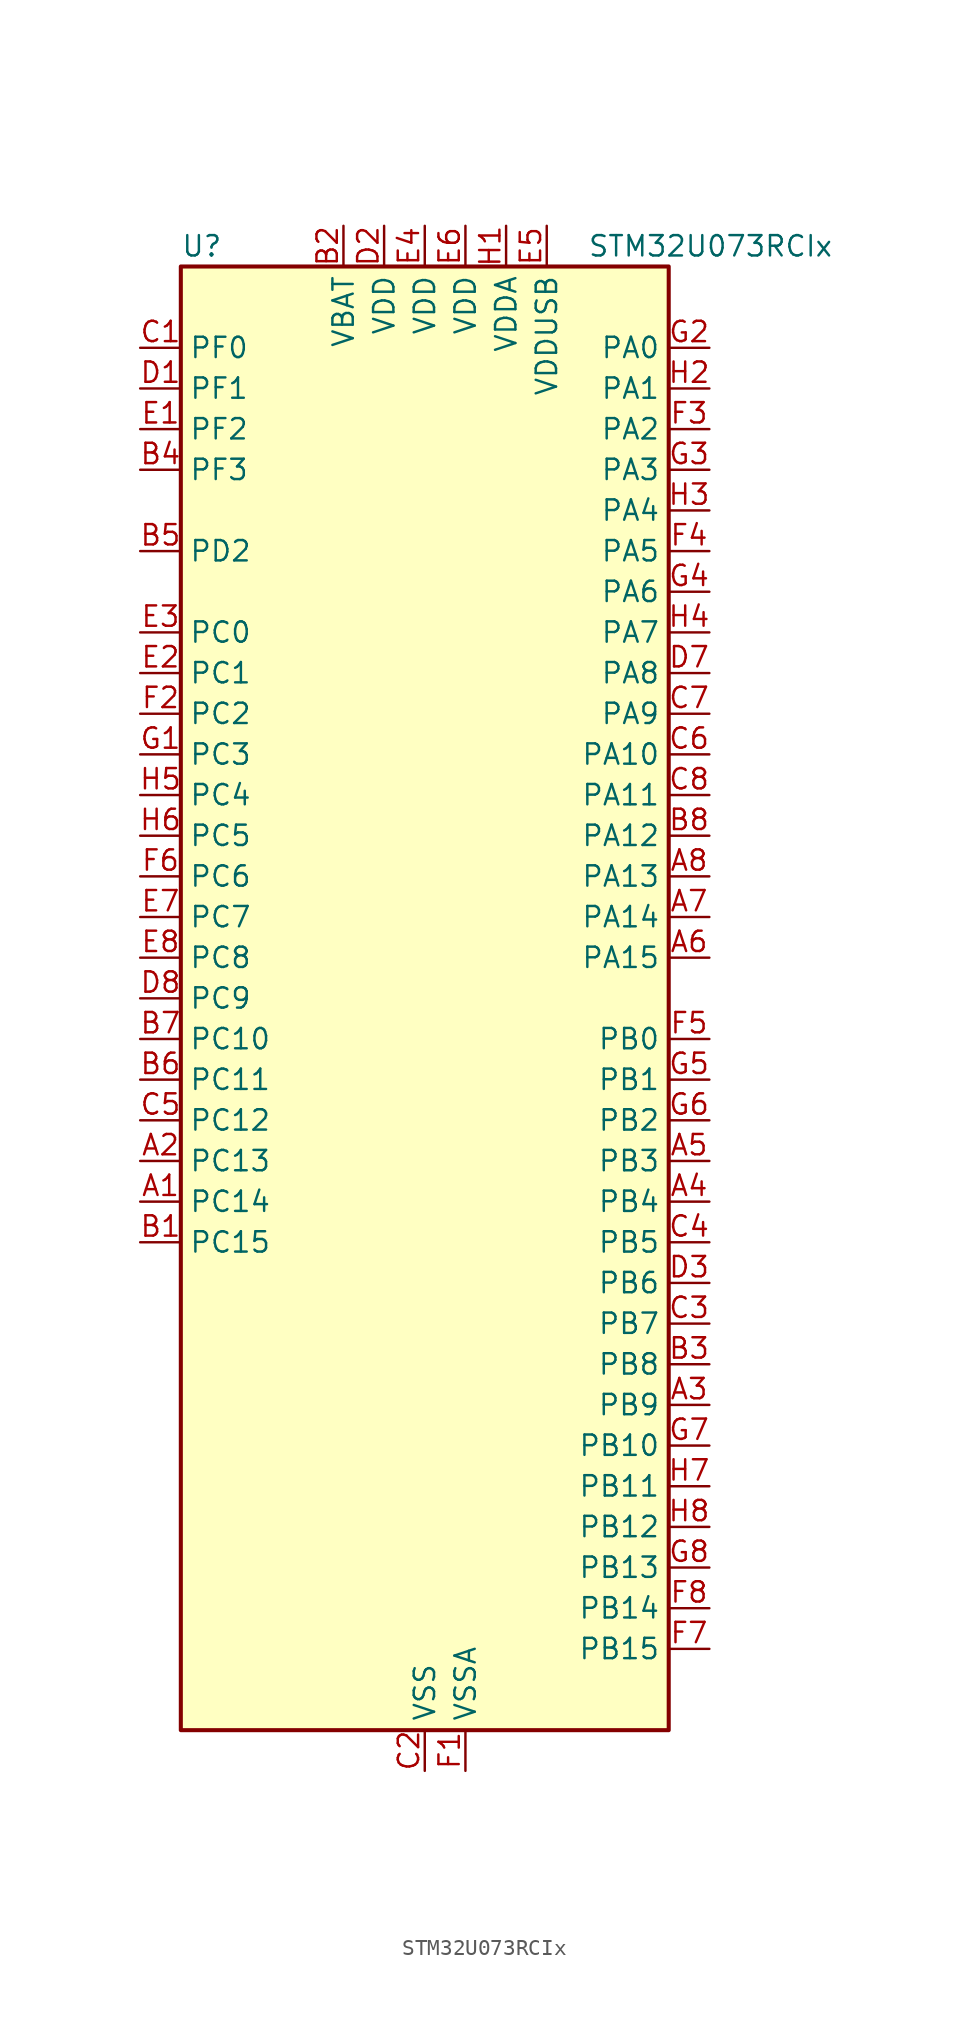
<source format=kicad_sym>
(kicad_symbol_lib
  (version 20241209)
  (generator "kicad_symbol_editor")
  (generator_version "9.0")
  (symbol "STM32U073RCIx"
    (property "Reference" "U"
      (at -15.24 46.99 0)
      (effects (font (size 1.27 1.27)) (justify left)))
    (property "Value" "STM32U073RCIx"
      (at 10.16 46.99 0)
      (effects (font (size 1.27 1.27)) (justify left)))
    (symbol "STM32U073RCIx_0_1"
      (rectangle (start -15.24 -45.72) (end 15.24 45.72) (stroke (width 0.254) (type default)) (fill (type background))))
    (symbol "STM32U073RCIx_1_1"
      (pin bidirectional line (at -17.78 40.64 0) (length 2.54) (name "PF0" (effects (font (size 1.27 1.27)))) (number "C1" (effects (font (size 1.27 1.27)))) (alternate "RCC_OSC_IN" bidirectional line))
      (pin bidirectional line (at -17.78 38.1 0) (length 2.54) (name "PF1" (effects (font (size 1.27 1.27)))) (number "D1" (effects (font (size 1.27 1.27)))) (alternate "RCC_OSC_EN" bidirectional line) (alternate "RCC_OSC_OUT" bidirectional line))
      (pin bidirectional line (at -17.78 35.56 0) (length 2.54) (name "PF2" (effects (font (size 1.27 1.27)))) (number "E1" (effects (font (size 1.27 1.27)))) (alternate "RCC_MCO" bidirectional line))
      (pin bidirectional line (at -17.78 33.02 0) (length 2.54) (name "PF3" (effects (font (size 1.27 1.27)))) (number "B4" (effects (font (size 1.27 1.27)))))
      (pin bidirectional line (at -17.78 27.94 0) (length 2.54) (name "PD2" (effects (font (size 1.27 1.27)))) (number "B5" (effects (font (size 1.27 1.27)))) (alternate "LCD_COM7" bidirectional line) (alternate "LCD_SEG31" bidirectional line) (alternate "LCD_SEG51" bidirectional line) (alternate "TIM3_ETR" bidirectional line) (alternate "TSC_SYNC" bidirectional line) (alternate "USART3_DE" bidirectional line) (alternate "USART3_RTS" bidirectional line))
      (pin bidirectional line (at -17.78 22.86 0) (length 2.54) (name "PC0" (effects (font (size 1.27 1.27)))) (number "E3" (effects (font (size 1.27 1.27)))) (alternate "ADC1_IN0" bidirectional line) (alternate "I2C3_SCL" bidirectional line) (alternate "I2C4_SCL" bidirectional line) (alternate "LCD_SEG18" bidirectional line) (alternate "LPTIM1_IN1" bidirectional line) (alternate "LPTIM2_IN1" bidirectional line) (alternate "LPUART1_RX" bidirectional line) (alternate "LPUART2_TX" bidirectional line))
      (pin bidirectional line (at -17.78 20.32 0) (length 2.54) (name "PC1" (effects (font (size 1.27 1.27)))) (number "E2" (effects (font (size 1.27 1.27)))) (alternate "ADC1_IN1" bidirectional line) (alternate "I2C3_SDA" bidirectional line) (alternate "I2C4_SDA" bidirectional line) (alternate "LCD_SEG19" bidirectional line) (alternate "LPTIM1_CH1" bidirectional line) (alternate "LPUART1_TX" bidirectional line) (alternate "LPUART2_RX" bidirectional line))
      (pin bidirectional line (at -17.78 17.78 0) (length 2.54) (name "PC2" (effects (font (size 1.27 1.27)))) (number "F2" (effects (font (size 1.27 1.27)))) (alternate "ADC1_IN2" bidirectional line) (alternate "LCD_SEG20" bidirectional line) (alternate "LPTIM1_IN2" bidirectional line) (alternate "RCC_MCO2" bidirectional line) (alternate "SPI2_MISO" bidirectional line))
      (pin bidirectional line (at -17.78 15.24 0) (length 2.54) (name "PC3" (effects (font (size 1.27 1.27)))) (number "G1" (effects (font (size 1.27 1.27)))) (alternate "ADC1_IN3" bidirectional line) (alternate "LCD_VLCD" bidirectional line) (alternate "LPTIM1_ETR" bidirectional line) (alternate "LPTIM2_ETR" bidirectional line) (alternate "LPTIM3_CH1" bidirectional line) (alternate "SPI2_MOSI" bidirectional line) (alternate "USART4_CK" bidirectional line))
      (pin bidirectional line (at -17.78 12.7 0) (length 2.54) (name "PC4" (effects (font (size 1.27 1.27)))) (number "H5" (effects (font (size 1.27 1.27)))) (alternate "ADC1_IN15" bidirectional line) (alternate "COMP1_INM" bidirectional line) (alternate "LCD_SEG22" bidirectional line) (alternate "LPUART3_TX" bidirectional line) (alternate "USART3_TX" bidirectional line))
      (pin bidirectional line (at -17.78 10.16 0) (length 2.54) (name "PC5" (effects (font (size 1.27 1.27)))) (number "H6" (effects (font (size 1.27 1.27)))) (alternate "ADC1_IN16" bidirectional line) (alternate "COMP1_INP" bidirectional line) (alternate "LCD_SEG23" bidirectional line) (alternate "LPTIM3_CH3" bidirectional line) (alternate "LPUART3_RX" bidirectional line) (alternate "PWR_WKUP5" bidirectional line) (alternate "TAMP_IN4" bidirectional line) (alternate "USART3_RX" bidirectional line))
      (pin bidirectional line (at -17.78 7.62 0) (length 2.54) (name "PC6" (effects (font (size 1.27 1.27)))) (number "F6" (effects (font (size 1.27 1.27)))) (alternate "COMP1_INP" bidirectional line) (alternate "LCD_SEG24" bidirectional line) (alternate "LPUART2_TX" bidirectional line) (alternate "TIM3_CH1" bidirectional line) (alternate "TSC_G4_IO1" bidirectional line))
      (pin bidirectional line (at -17.78 5.08 0) (length 2.54) (name "PC7" (effects (font (size 1.27 1.27)))) (number "E7" (effects (font (size 1.27 1.27)))) (alternate "LCD_SEG25" bidirectional line) (alternate "LPTIM2_CH2" bidirectional line) (alternate "LPTIM3_CH4" bidirectional line) (alternate "LPUART2_RX" bidirectional line) (alternate "TIM3_CH2" bidirectional line) (alternate "TSC_G4_IO2" bidirectional line))
      (pin bidirectional line (at -17.78 2.54 0) (length 2.54) (name "PC8" (effects (font (size 1.27 1.27)))) (number "E8" (effects (font (size 1.27 1.27)))) (alternate "LCD_SEG26" bidirectional line) (alternate "LPTIM3_CH1" bidirectional line) (alternate "TIM3_CH3" bidirectional line) (alternate "TSC_G4_IO3" bidirectional line))
      (pin bidirectional line (at -17.78 0 0) (length 2.54) (name "PC9" (effects (font (size 1.27 1.27)))) (number "D8" (effects (font (size 1.27 1.27)))) (alternate "DAC1_EXTI9" bidirectional line) (alternate "LCD_SEG27" bidirectional line) (alternate "LPTIM3_CH2" bidirectional line) (alternate "TIM3_CH4" bidirectional line) (alternate "TSC_G4_IO4" bidirectional line) (alternate "USB_NOE" bidirectional line))
      (pin bidirectional line (at -17.78 -2.54 0) (length 2.54) (name "PC10" (effects (font (size 1.27 1.27)))) (number "B7" (effects (font (size 1.27 1.27)))) (alternate "LCD_COM4" bidirectional line) (alternate "LCD_SEG28" bidirectional line) (alternate "LCD_SEG48" bidirectional line) (alternate "LPTIM3_ETR" bidirectional line) (alternate "SPI3_SCK" bidirectional line) (alternate "TSC_G3_IO2" bidirectional line) (alternate "USART3_TX" bidirectional line) (alternate "USART4_TX" bidirectional line))
      (pin bidirectional line (at -17.78 -5.08 0) (length 2.54) (name "PC11" (effects (font (size 1.27 1.27)))) (number "B6" (effects (font (size 1.27 1.27)))) (alternate "ADC1_EXTI11" bidirectional line) (alternate "LCD_COM5" bidirectional line) (alternate "LCD_SEG29" bidirectional line) (alternate "LCD_SEG49" bidirectional line) (alternate "LPTIM3_IN1" bidirectional line) (alternate "SPI3_MISO" bidirectional line) (alternate "TSC_G3_IO3" bidirectional line) (alternate "USART3_RX" bidirectional line) (alternate "USART4_RX" bidirectional line))
      (pin bidirectional line (at -17.78 -7.62 0) (length 2.54) (name "PC12" (effects (font (size 1.27 1.27)))) (number "C5" (effects (font (size 1.27 1.27)))) (alternate "LCD_COM6" bidirectional line) (alternate "LCD_SEG30" bidirectional line) (alternate "LCD_SEG50" bidirectional line) (alternate "LPTIM3_CH3" bidirectional line) (alternate "SPI3_MOSI" bidirectional line) (alternate "USART3_CK" bidirectional line) (alternate "USART4_CK" bidirectional line))
      (pin bidirectional line (at -17.78 -10.16 0) (length 2.54) (name "PC13" (effects (font (size 1.27 1.27)))) (number "A2" (effects (font (size 1.27 1.27)))) (alternate "LPTIM1_CH3" bidirectional line) (alternate "LPTIM3_CH3" bidirectional line) (alternate "PWR_WKUP2" bidirectional line) (alternate "RTC_OUT1" bidirectional line) (alternate "RTC_TS" bidirectional line) (alternate "TAMP_IN1" bidirectional line))
      (pin bidirectional line (at -17.78 -12.7 0) (length 2.54) (name "PC14" (effects (font (size 1.27 1.27)))) (number "A1" (effects (font (size 1.27 1.27)))) (alternate "RCC_OSC32_IN" bidirectional line))
      (pin bidirectional line (at -17.78 -15.24 0) (length 2.54) (name "PC15" (effects (font (size 1.27 1.27)))) (number "B1" (effects (font (size 1.27 1.27)))) (alternate "RCC_OSC32_EN" bidirectional line) (alternate "RCC_OSC32_OUT" bidirectional line) (alternate "RCC_OSC_EN" bidirectional line))
      (pin power_in line (at -5.08 48.26 270) (length 2.54) (name "VBAT" (effects (font (size 1.27 1.27)))) (number "B2" (effects (font (size 1.27 1.27)))))
      (pin power_in line (at -2.54 48.26 270) (length 2.54) (name "VDD" (effects (font (size 1.27 1.27)))) (number "D2" (effects (font (size 1.27 1.27)))))
      (pin power_in line (at 0 48.26 270) (length 2.54) (name "VDD" (effects (font (size 1.27 1.27)))) (number "E4" (effects (font (size 1.27 1.27)))))
      (pin power_in line (at 0 -48.26 90) (length 2.54) (name "VSS" (effects (font (size 1.27 1.27)))) (number "C2" (effects (font (size 1.27 1.27)))))
      (pin passive line (at 0 -48.26 90) (length 2.54) (hide yes) (name "VSS" (effects (font (size 1.27 1.27)))) (number "D4" (effects (font (size 1.27 1.27)))))
      (pin passive line (at 0 -48.26 90) (length 2.54) (hide yes) (name "VSS" (effects (font (size 1.27 1.27)))) (number "D5" (effects (font (size 1.27 1.27)))))
      (pin passive line (at 0 -48.26 90) (length 2.54) (hide yes) (name "VSS" (effects (font (size 1.27 1.27)))) (number "D6" (effects (font (size 1.27 1.27)))))
      (pin power_in line (at 2.54 48.26 270) (length 2.54) (name "VDD" (effects (font (size 1.27 1.27)))) (number "E6" (effects (font (size 1.27 1.27)))))
      (pin power_in line (at 2.54 -48.26 90) (length 2.54) (name "VSSA" (effects (font (size 1.27 1.27)))) (number "F1" (effects (font (size 1.27 1.27)))))
      (pin power_in line (at 5.08 48.26 270) (length 2.54) (name "VDDA" (effects (font (size 1.27 1.27)))) (number "H1" (effects (font (size 1.27 1.27)))))
      (pin power_in line (at 7.62 48.26 270) (length 2.54) (name "VDDUSB" (effects (font (size 1.27 1.27)))) (number "E5" (effects (font (size 1.27 1.27)))))
      (pin bidirectional line (at 17.78 40.64 180) (length 2.54) (name "PA0" (effects (font (size 1.27 1.27)))) (number "G2" (effects (font (size 1.27 1.27)))) (alternate "ADC1_IN4" bidirectional line) (alternate "COMP1_INM" bidirectional line) (alternate "COMP1_OUT" bidirectional line) (alternate "LCD_SEG42" bidirectional line) (alternate "OPAMP1_VINP" bidirectional line) (alternate "PWR_WKUP1" bidirectional line) (alternate "TAMP_IN2" bidirectional line) (alternate "TIM2_CH1" bidirectional line) (alternate "TIM2_ETR" bidirectional line) (alternate "USART2_CTS" bidirectional line) (alternate "USART4_TX" bidirectional line))
      (pin bidirectional line (at 17.78 38.1 180) (length 2.54) (name "PA1" (effects (font (size 1.27 1.27)))) (number "H2" (effects (font (size 1.27 1.27)))) (alternate "ADC1_IN5" bidirectional line) (alternate "COMP1_INP" bidirectional line) (alternate "LCD_SEG0" bidirectional line) (alternate "LPTIM1_CH2" bidirectional line) (alternate "OPAMP1_VINM" bidirectional line) (alternate "PWR_WKUP3" bidirectional line) (alternate "SPI1_SCK" bidirectional line) (alternate "SPI2_SCK" bidirectional line) (alternate "TAMP_IN5" bidirectional line) (alternate "TIM15_CH1N" bidirectional line) (alternate "TIM2_CH2" bidirectional line) (alternate "USART2_DE" bidirectional line) (alternate "USART2_RTS" bidirectional line) (alternate "USART4_RX" bidirectional line))
      (pin bidirectional line (at 17.78 35.56 180) (length 2.54) (name "PA2" (effects (font (size 1.27 1.27)))) (number "F3" (effects (font (size 1.27 1.27)))) (alternate "ADC1_IN6" bidirectional line) (alternate "COMP2_INM" bidirectional line) (alternate "COMP2_OUT" bidirectional line) (alternate "LCD_SEG1" bidirectional line) (alternate "LPUART1_TX" bidirectional line) (alternate "PWR_WKUP4" bidirectional line) (alternate "RCC_LSCO" bidirectional line) (alternate "TIM15_CH1" bidirectional line) (alternate "TIM2_CH3" bidirectional line) (alternate "USART2_TX" bidirectional line))
      (pin bidirectional line (at 17.78 33.02 180) (length 2.54) (name "PA3" (effects (font (size 1.27 1.27)))) (number "G3" (effects (font (size 1.27 1.27)))) (alternate "ADC1_IN7" bidirectional line) (alternate "COMP2_INP" bidirectional line) (alternate "LCD_SEG2" bidirectional line) (alternate "LPUART1_RX" bidirectional line) (alternate "OPAMP1_VOUT" bidirectional line) (alternate "TIM15_CH2" bidirectional line) (alternate "TIM2_CH4" bidirectional line) (alternate "USART2_RX" bidirectional line))
      (pin bidirectional line (at 17.78 30.48 180) (length 2.54) (name "PA4" (effects (font (size 1.27 1.27)))) (number "H3" (effects (font (size 1.27 1.27)))) (alternate "ADC1_IN8" bidirectional line) (alternate "COMP1_INM" bidirectional line) (alternate "COMP2_INM" bidirectional line) (alternate "DAC1_OUT1" bidirectional line) (alternate "LCD_SEG43" bidirectional line) (alternate "LPTIM2_CH1" bidirectional line) (alternate "LPUART3_TX" bidirectional line) (alternate "SPI1_NSS" bidirectional line) (alternate "SPI3_NSS" bidirectional line) (alternate "USART2_CK" bidirectional line))
      (pin bidirectional line (at 17.78 27.94 180) (length 2.54) (name "PA5" (effects (font (size 1.27 1.27)))) (number "F4" (effects (font (size 1.27 1.27)))) (alternate "ADC1_IN9" bidirectional line) (alternate "COMP1_INM" bidirectional line) (alternate "COMP2_INM" bidirectional line) (alternate "LCD_SEG44" bidirectional line) (alternate "LPTIM2_ETR" bidirectional line) (alternate "LPUART3_RX" bidirectional line) (alternate "SPI1_SCK" bidirectional line) (alternate "TIM2_CH1" bidirectional line) (alternate "TIM2_ETR" bidirectional line) (alternate "USART3_TX" bidirectional line))
      (pin bidirectional line (at 17.78 25.4 180) (length 2.54) (name "PA6" (effects (font (size 1.27 1.27)))) (number "G4" (effects (font (size 1.27 1.27)))) (alternate "ADC1_IN10" bidirectional line) (alternate "COMP1_OUT" bidirectional line) (alternate "I2C2_SDA" bidirectional line) (alternate "I2C3_SDA" bidirectional line) (alternate "LCD_SEG3" bidirectional line) (alternate "LPUART1_CTS" bidirectional line) (alternate "SPI1_MISO" bidirectional line) (alternate "TIM16_CH1" bidirectional line) (alternate "TIM1_BKIN" bidirectional line) (alternate "TIM3_CH1" bidirectional line) (alternate "TSC_G5_IO1" bidirectional line) (alternate "USART3_CTS" bidirectional line))
      (pin bidirectional line (at 17.78 22.86 180) (length 2.54) (name "PA7" (effects (font (size 1.27 1.27)))) (number "H4" (effects (font (size 1.27 1.27)))) (alternate "ADC1_IN14" bidirectional line) (alternate "COMP2_OUT" bidirectional line) (alternate "I2C2_SCL" bidirectional line) (alternate "I2C3_SCL" bidirectional line) (alternate "LCD_SEG4" bidirectional line) (alternate "LPTIM2_CH2" bidirectional line) (alternate "SPI1_MOSI" bidirectional line) (alternate "TIM1_CH1N" bidirectional line) (alternate "TIM3_CH2" bidirectional line) (alternate "USART3_RX" bidirectional line))
      (pin bidirectional line (at 17.78 20.32 180) (length 2.54) (name "PA8" (effects (font (size 1.27 1.27)))) (number "D7" (effects (font (size 1.27 1.27)))) (alternate "LCD_COM0" bidirectional line) (alternate "LPTIM2_CH1" bidirectional line) (alternate "RCC_MCO" bidirectional line) (alternate "RCC_MCO2" bidirectional line) (alternate "TIM1_CH1" bidirectional line) (alternate "TSC_G7_IO1" bidirectional line) (alternate "USART1_CK" bidirectional line))
      (pin bidirectional line (at 17.78 17.78 180) (length 2.54) (name "PA9" (effects (font (size 1.27 1.27)))) (number "C7" (effects (font (size 1.27 1.27)))) (alternate "COMP1_INP" bidirectional line) (alternate "DAC1_EXTI9" bidirectional line) (alternate "I2C1_SCL" bidirectional line) (alternate "I2C2_SCL" bidirectional line) (alternate "LCD_COM1" bidirectional line) (alternate "RCC_MCO" bidirectional line) (alternate "TIM15_BKIN" bidirectional line) (alternate "TIM1_CH2" bidirectional line) (alternate "TSC_G7_IO2" bidirectional line) (alternate "USART1_TX" bidirectional line))
      (pin bidirectional line (at 17.78 15.24 180) (length 2.54) (name "PA10" (effects (font (size 1.27 1.27)))) (number "C6" (effects (font (size 1.27 1.27)))) (alternate "CRS_SYNC" bidirectional line) (alternate "I2C1_SDA" bidirectional line) (alternate "I2C2_SDA" bidirectional line) (alternate "LCD_COM2" bidirectional line) (alternate "RCC_MCO2" bidirectional line) (alternate "SPI2_NSS" bidirectional line) (alternate "TIM1_CH3" bidirectional line) (alternate "TSC_G7_IO3" bidirectional line) (alternate "USART1_RX" bidirectional line))
      (pin bidirectional line (at 17.78 12.7 180) (length 2.54) (name "PA11" (effects (font (size 1.27 1.27)))) (number "C8" (effects (font (size 1.27 1.27)))) (alternate "ADC1_EXTI11" bidirectional line) (alternate "COMP1_OUT" bidirectional line) (alternate "SPI1_MISO" bidirectional line) (alternate "SPI2_MISO" bidirectional line) (alternate "TIM1_BKIN2" bidirectional line) (alternate "TIM1_CH4" bidirectional line) (alternate "USART1_CTS" bidirectional line) (alternate "USB_DM" bidirectional line))
      (pin bidirectional line (at 17.78 10.16 180) (length 2.54) (name "PA12" (effects (font (size 1.27 1.27)))) (number "B8" (effects (font (size 1.27 1.27)))) (alternate "SPI1_MOSI" bidirectional line) (alternate "SPI2_MOSI" bidirectional line) (alternate "TIM1_ETR" bidirectional line) (alternate "USART1_DE" bidirectional line) (alternate "USART1_RTS" bidirectional line) (alternate "USB_DP" bidirectional line))
      (pin bidirectional line (at 17.78 7.62 180) (length 2.54) (name "PA13" (effects (font (size 1.27 1.27)))) (number "A8" (effects (font (size 1.27 1.27)))) (alternate "DEBUG_JTMS-SWDIO" bidirectional line) (alternate "IR_OUT" bidirectional line) (alternate "LCD_SEG40" bidirectional line) (alternate "TSC_G7_IO4" bidirectional line) (alternate "USB_NOE" bidirectional line))
      (pin bidirectional line (at 17.78 5.08 180) (length 2.54) (name "PA14" (effects (font (size 1.27 1.27)))) (number "A7" (effects (font (size 1.27 1.27)))) (alternate "DEBUG_JTCK-SWCLK" bidirectional line) (alternate "LCD_SEG41" bidirectional line) (alternate "LPTIM1_CH1" bidirectional line) (alternate "TSC_G3_IO4" bidirectional line))
      (pin bidirectional line (at 17.78 2.54 180) (length 2.54) (name "PA15" (effects (font (size 1.27 1.27)))) (number "A6" (effects (font (size 1.27 1.27)))) (alternate "DEBUG_JTDI" bidirectional line) (alternate "LCD_SEG17" bidirectional line) (alternate "LPTIM3_CH3" bidirectional line) (alternate "LPTIM3_IN2" bidirectional line) (alternate "SPI1_NSS" bidirectional line) (alternate "SPI3_NSS" bidirectional line) (alternate "TIM2_CH1" bidirectional line) (alternate "TIM2_ETR" bidirectional line) (alternate "TSC_G3_IO1" bidirectional line) (alternate "USART2_RX" bidirectional line) (alternate "USART3_DE" bidirectional line) (alternate "USART3_RTS" bidirectional line) (alternate "USART4_DE" bidirectional line) (alternate "USART4_RTS" bidirectional line))
      (pin bidirectional line (at 17.78 -2.54 180) (length 2.54) (name "PB0" (effects (font (size 1.27 1.27)))) (number "F5" (effects (font (size 1.27 1.27)))) (alternate "ADC1_IN17" bidirectional line) (alternate "COMP1_OUT" bidirectional line) (alternate "LCD_SEG5" bidirectional line) (alternate "LPTIM3_CH1" bidirectional line) (alternate "LPUART2_CTS" bidirectional line) (alternate "SPI1_NSS" bidirectional line) (alternate "TIM1_CH2N" bidirectional line) (alternate "TIM3_CH3" bidirectional line) (alternate "TSC_G5_IO2" bidirectional line) (alternate "USART3_CK" bidirectional line))
      (pin bidirectional line (at 17.78 -5.08 180) (length 2.54) (name "PB1" (effects (font (size 1.27 1.27)))) (number "G5" (effects (font (size 1.27 1.27)))) (alternate "ADC1_IN18" bidirectional line) (alternate "COMP1_INM" bidirectional line) (alternate "LCD_SEG6" bidirectional line) (alternate "LPTIM2_IN1" bidirectional line) (alternate "LPTIM3_CH2" bidirectional line) (alternate "LPUART1_DE" bidirectional line) (alternate "LPUART1_RTS" bidirectional line) (alternate "LPUART2_DE" bidirectional line) (alternate "LPUART2_RTS" bidirectional line) (alternate "TIM1_CH3N" bidirectional line) (alternate "TIM3_CH4" bidirectional line) (alternate "TSC_SYNC" bidirectional line) (alternate "USART3_DE" bidirectional line) (alternate "USART3_RTS" bidirectional line))
      (pin bidirectional line (at 17.78 -7.62 180) (length 2.54) (name "PB2" (effects (font (size 1.27 1.27)))) (number "G6" (effects (font (size 1.27 1.27)))) (alternate "COMP1_INP" bidirectional line) (alternate "LCD_VLCD" bidirectional line) (alternate "LPTIM1_CH1" bidirectional line) (alternate "RTC_OUT2" bidirectional line))
      (pin bidirectional line (at 17.78 -10.16 180) (length 2.54) (name "PB3" (effects (font (size 1.27 1.27)))) (number "A5" (effects (font (size 1.27 1.27)))) (alternate "COMP2_INM" bidirectional line) (alternate "DEBUG_JTDO-SWO" bidirectional line) (alternate "I2C2_SCL" bidirectional line) (alternate "I2C3_SCL" bidirectional line) (alternate "LCD_SEG7" bidirectional line) (alternate "LPTIM1_CH3" bidirectional line) (alternate "SPI1_SCK" bidirectional line) (alternate "SPI3_SCK" bidirectional line) (alternate "TIM2_CH2" bidirectional line) (alternate "USART1_DE" bidirectional line) (alternate "USART1_RTS" bidirectional line))
      (pin bidirectional line (at 17.78 -12.7 180) (length 2.54) (name "PB4" (effects (font (size 1.27 1.27)))) (number "A4" (effects (font (size 1.27 1.27)))) (alternate "COMP2_INP" bidirectional line) (alternate "I2C2_SDA" bidirectional line) (alternate "I2C3_SDA" bidirectional line) (alternate "LCD_SEG8" bidirectional line) (alternate "LPTIM1_CH4" bidirectional line) (alternate "LPUART3_DE" bidirectional line) (alternate "LPUART3_RTS" bidirectional line) (alternate "SPI1_MISO" bidirectional line) (alternate "SPI3_MISO" bidirectional line) (alternate "TIM3_CH1" bidirectional line) (alternate "TSC_G2_IO1" bidirectional line) (alternate "USART1_CTS" bidirectional line))
      (pin bidirectional line (at 17.78 -15.24 180) (length 2.54) (name "PB5" (effects (font (size 1.27 1.27)))) (number "C4" (effects (font (size 1.27 1.27)))) (alternate "COMP2_OUT" bidirectional line) (alternate "LCD_SEG9" bidirectional line) (alternate "LPTIM1_IN1" bidirectional line) (alternate "LPUART3_CTS" bidirectional line) (alternate "SPI1_MOSI" bidirectional line) (alternate "SPI3_MOSI" bidirectional line) (alternate "TIM16_BKIN" bidirectional line) (alternate "TIM3_CH2" bidirectional line) (alternate "TSC_G2_IO2" bidirectional line) (alternate "USART1_CK" bidirectional line))
      (pin bidirectional line (at 17.78 -17.78 180) (length 2.54) (name "PB6" (effects (font (size 1.27 1.27)))) (number "D3" (effects (font (size 1.27 1.27)))) (alternate "COMP2_INP" bidirectional line) (alternate "I2C1_SCL" bidirectional line) (alternate "I2C2_SCL" bidirectional line) (alternate "I2C4_SCL" bidirectional line) (alternate "LPTIM1_ETR" bidirectional line) (alternate "LPUART2_TX" bidirectional line) (alternate "LPUART3_TX" bidirectional line) (alternate "TIM16_CH1N" bidirectional line) (alternate "TSC_G2_IO3" bidirectional line) (alternate "USART1_TX" bidirectional line))
      (pin bidirectional line (at 17.78 -20.32 180) (length 2.54) (name "PB7" (effects (font (size 1.27 1.27)))) (number "C3" (effects (font (size 1.27 1.27)))) (alternate "COMP2_INM" bidirectional line) (alternate "I2C1_SDA" bidirectional line) (alternate "I2C2_SDA" bidirectional line) (alternate "I2C4_SDA" bidirectional line) (alternate "LCD_SEG21" bidirectional line) (alternate "LPTIM1_IN2" bidirectional line) (alternate "LPUART2_RX" bidirectional line) (alternate "LPUART3_RX" bidirectional line) (alternate "PWR_PVD_IN" bidirectional line) (alternate "TSC_G2_IO4" bidirectional line) (alternate "USART1_RX" bidirectional line) (alternate "USART4_CTS" bidirectional line))
      (pin bidirectional line (at 17.78 -22.86 180) (length 2.54) (name "PB8" (effects (font (size 1.27 1.27)))) (number "B3" (effects (font (size 1.27 1.27)))) (alternate "I2C1_SCL" bidirectional line) (alternate "I2C2_SCL" bidirectional line) (alternate "LCD_SEG16" bidirectional line) (alternate "LPTIM1_IN2" bidirectional line) (alternate "LPTIM3_IN2" bidirectional line) (alternate "TIM16_CH1" bidirectional line) (alternate "USART3_TX" bidirectional line))
      (pin bidirectional line (at 17.78 -25.4 180) (length 2.54) (name "PB9" (effects (font (size 1.27 1.27)))) (number "A3" (effects (font (size 1.27 1.27)))) (alternate "DAC1_EXTI9" bidirectional line) (alternate "I2C1_SDA" bidirectional line) (alternate "I2C2_SDA" bidirectional line) (alternate "IR_OUT" bidirectional line) (alternate "LCD_COM3" bidirectional line) (alternate "LPTIM1_CH4" bidirectional line) (alternate "LPTIM3_CH4" bidirectional line) (alternate "SPI2_NSS" bidirectional line) (alternate "USART3_RX" bidirectional line))
      (pin bidirectional line (at 17.78 -27.94 180) (length 2.54) (name "PB10" (effects (font (size 1.27 1.27)))) (number "G7" (effects (font (size 1.27 1.27)))) (alternate "COMP1_OUT" bidirectional line) (alternate "I2C2_SCL" bidirectional line) (alternate "I2C4_SCL" bidirectional line) (alternate "LCD_SEG10" bidirectional line) (alternate "LPTIM3_CH1" bidirectional line) (alternate "LPUART1_RX" bidirectional line) (alternate "LPUART2_RX" bidirectional line) (alternate "SPI2_SCK" bidirectional line) (alternate "TIM2_CH3" bidirectional line) (alternate "TSC_G5_IO3" bidirectional line) (alternate "USART3_TX" bidirectional line))
      (pin bidirectional line (at 17.78 -30.48 180) (length 2.54) (name "PB11" (effects (font (size 1.27 1.27)))) (number "H7" (effects (font (size 1.27 1.27)))) (alternate "ADC1_EXTI11" bidirectional line) (alternate "COMP2_OUT" bidirectional line) (alternate "I2C2_SDA" bidirectional line) (alternate "I2C4_SDA" bidirectional line) (alternate "LCD_SEG11" bidirectional line) (alternate "LPUART1_TX" bidirectional line) (alternate "LPUART2_TX" bidirectional line) (alternate "TIM2_CH4" bidirectional line) (alternate "TSC_G5_IO4" bidirectional line) (alternate "USART3_RX" bidirectional line))
      (pin bidirectional line (at 17.78 -33.02 180) (length 2.54) (name "PB12" (effects (font (size 1.27 1.27)))) (number "H8" (effects (font (size 1.27 1.27)))) (alternate "LCD_SEG12" bidirectional line) (alternate "LPUART1_DE" bidirectional line) (alternate "LPUART1_RTS" bidirectional line) (alternate "SPI2_NSS" bidirectional line) (alternate "TIM15_BKIN" bidirectional line) (alternate "TIM1_BKIN" bidirectional line) (alternate "TSC_G1_IO1" bidirectional line) (alternate "USART3_CK" bidirectional line))
      (pin bidirectional line (at 17.78 -35.56 180) (length 2.54) (name "PB13" (effects (font (size 1.27 1.27)))) (number "G8" (effects (font (size 1.27 1.27)))) (alternate "I2C2_SCL" bidirectional line) (alternate "LCD_SEG13" bidirectional line) (alternate "LPTIM3_IN1" bidirectional line) (alternate "LPUART1_CTS" bidirectional line) (alternate "SPI2_SCK" bidirectional line) (alternate "TIM15_CH1N" bidirectional line) (alternate "TIM1_CH1N" bidirectional line) (alternate "TSC_G1_IO2" bidirectional line) (alternate "USART3_CTS" bidirectional line))
      (pin bidirectional line (at 17.78 -38.1 180) (length 2.54) (name "PB14" (effects (font (size 1.27 1.27)))) (number "F8" (effects (font (size 1.27 1.27)))) (alternate "I2C2_SDA" bidirectional line) (alternate "LCD_SEG14" bidirectional line) (alternate "LPTIM3_ETR" bidirectional line) (alternate "SPI2_MISO" bidirectional line) (alternate "TIM15_CH1" bidirectional line) (alternate "TIM1_CH2N" bidirectional line) (alternate "TSC_G1_IO3" bidirectional line) (alternate "USART3_DE" bidirectional line) (alternate "USART3_RTS" bidirectional line))
      (pin bidirectional line (at 17.78 -40.64 180) (length 2.54) (name "PB15" (effects (font (size 1.27 1.27)))) (number "F7" (effects (font (size 1.27 1.27)))) (alternate "LCD_SEG15" bidirectional line) (alternate "PWR_WKUP7" bidirectional line) (alternate "RTC_REFIN" bidirectional line) (alternate "SPI2_MOSI" bidirectional line) (alternate "TAMP_IN3" bidirectional line) (alternate "TIM15_CH2" bidirectional line) (alternate "TIM1_CH3N" bidirectional line) (alternate "TSC_G1_IO4" bidirectional line)))))
</source>
